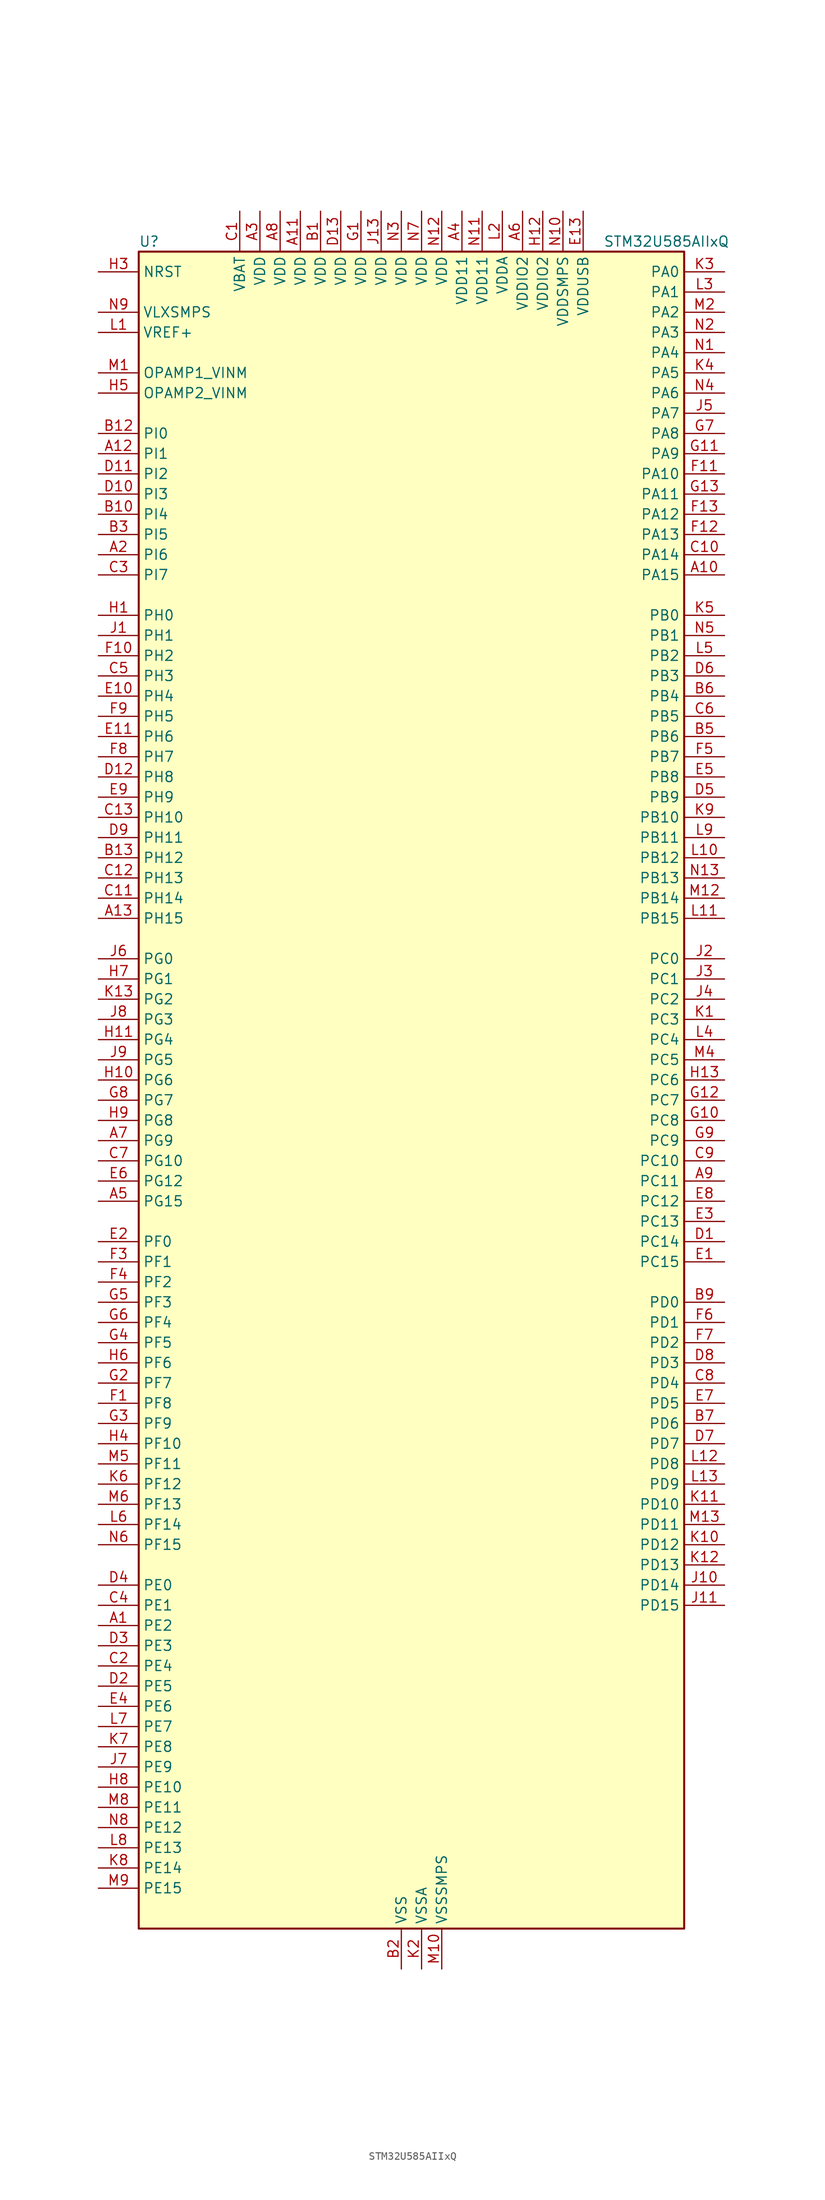
<source format=kicad_sym>
(kicad_symbol_lib
  (version 20220914)
  (generator kicad_symbol_editor)
  (symbol "STM32U585AIIxQ"
    (property "Reference" "U"
      (at -33.02 107.95 0)
      (effects (font (size 1.27 1.27)) (justify left)))
    (property "Value" "STM32U585AIIxQ"
      (at 25.4 107.95 0)
      (effects (font (size 1.27 1.27)) (justify left)))
    (property "ki_locked" ""
      (at 0 0 0)
      (effects (font (size 1.27 1.27))))
    (symbol "STM32U585AIIxQ_0_1"
      (rectangle (start -33.02 -104.14) (end 35.56 106.68) (stroke (width 0.254) (type default)) (fill (type background))))
    (symbol "STM32U585AIIxQ_1_1"
      (pin bidirectional line (at -38.1 -66.04 0) (length 5.08) (name "PE2" (effects (font (size 1.27 1.27)))) (number "A1" (effects (font (size 1.27 1.27)))) (alternate "DEBUG_TRACECLK" bidirectional line) (alternate "FMC_A23" bidirectional line) (alternate "SAI1_CK1" bidirectional line) (alternate "SAI1_MCLK_A" bidirectional line) (alternate "TIM3_ETR" bidirectional line) (alternate "TSC_G7_IO1" bidirectional line))
      (pin bidirectional line (at 40.64 66.04 180) (length 5.08) (name "PA15" (effects (font (size 1.27 1.27)))) (number "A10" (effects (font (size 1.27 1.27)))) (alternate "ADC1_EXTI15" bidirectional line) (alternate "ADC4_EXTI15" bidirectional line) (alternate "DEBUG_JTDI" bidirectional line) (alternate "SAI2_FS_B" bidirectional line) (alternate "SPI1_NSS" bidirectional line) (alternate "SPI3_NSS" bidirectional line) (alternate "TIM2_CH1" bidirectional line) (alternate "TIM2_ETR" bidirectional line) (alternate "UART4_DE" bidirectional line) (alternate "UART4_RTS" bidirectional line) (alternate "UCPD1_CC1" bidirectional line) (alternate "USART2_RX" bidirectional line) (alternate "USART3_DE" bidirectional line) (alternate "USART3_RTS" bidirectional line))
      (pin power_in line (at -12.7 111.76 270) (length 5.08) (name "VDD" (effects (font (size 1.27 1.27)))) (number "A11" (effects (font (size 1.27 1.27)))))
      (pin bidirectional line (at -38.1 81.28 0) (length 5.08) (name "PI1" (effects (font (size 1.27 1.27)))) (number "A12" (effects (font (size 1.27 1.27)))) (alternate "DCMI_D8" bidirectional line) (alternate "OCTOSPIM_P2_IO2" bidirectional line) (alternate "PSSI_D8" bidirectional line) (alternate "SPI2_SCK" bidirectional line))
      (pin bidirectional line (at -38.1 22.86 0) (length 5.08) (name "PH15" (effects (font (size 1.27 1.27)))) (number "A13" (effects (font (size 1.27 1.27)))) (alternate "ADC1_EXTI15" bidirectional line) (alternate "ADC4_EXTI15" bidirectional line) (alternate "DCMI_D11" bidirectional line) (alternate "OCTOSPIM_P2_IO6" bidirectional line) (alternate "PSSI_D11" bidirectional line) (alternate "TIM8_CH3N" bidirectional line))
      (pin bidirectional line (at -38.1 68.58 0) (length 5.08) (name "PI6" (effects (font (size 1.27 1.27)))) (number "A2" (effects (font (size 1.27 1.27)))) (alternate "DCMI_D6" bidirectional line) (alternate "OCTOSPIM_P2_CLK" bidirectional line) (alternate "PSSI_D6" bidirectional line) (alternate "TIM8_CH2" bidirectional line))
      (pin power_in line (at -17.78 111.76 270) (length 5.08) (name "VDD" (effects (font (size 1.27 1.27)))) (number "A3" (effects (font (size 1.27 1.27)))))
      (pin power_in line (at 7.62 111.76 270) (length 5.08) (name "VDD11" (effects (font (size 1.27 1.27)))) (number "A4" (effects (font (size 1.27 1.27)))))
      (pin bidirectional line (at -38.1 -12.7 0) (length 5.08) (name "PG15" (effects (font (size 1.27 1.27)))) (number "A5" (effects (font (size 1.27 1.27)))) (alternate "ADC1_EXTI15" bidirectional line) (alternate "ADC4_EXTI15" bidirectional line) (alternate "DCMI_D13" bidirectional line) (alternate "I2C1_SMBA" bidirectional line) (alternate "LPTIM1_CH1" bidirectional line) (alternate "OCTOSPIM_P2_DQS" bidirectional line) (alternate "PSSI_D13" bidirectional line))
      (pin power_in line (at 15.24 111.76 270) (length 5.08) (name "VDDIO2" (effects (font (size 1.27 1.27)))) (number "A6" (effects (font (size 1.27 1.27)))))
      (pin bidirectional line (at -38.1 -5.08 0) (length 5.08) (name "PG9" (effects (font (size 1.27 1.27)))) (number "A7" (effects (font (size 1.27 1.27)))) (alternate "DAC1_EXTI9" bidirectional line) (alternate "FMC_NCE" bidirectional line) (alternate "FMC_NE2" bidirectional line) (alternate "OCTOSPIM_P2_IO6" bidirectional line) (alternate "SAI2_SCK_A" bidirectional line) (alternate "SPI3_SCK" bidirectional line) (alternate "TIM15_CH1N" bidirectional line) (alternate "USART1_TX" bidirectional line))
      (pin power_in line (at -15.24 111.76 270) (length 5.08) (name "VDD" (effects (font (size 1.27 1.27)))) (number "A8" (effects (font (size 1.27 1.27)))))
      (pin bidirectional line (at 40.64 -10.16 180) (length 5.08) (name "PC11" (effects (font (size 1.27 1.27)))) (number "A9" (effects (font (size 1.27 1.27)))) (alternate "ADC1_EXTI11" bidirectional line) (alternate "ADF1_SDI0" bidirectional line) (alternate "DCMI_D2" bidirectional line) (alternate "DCMI_D4" bidirectional line) (alternate "LPTIM3_IN1" bidirectional line) (alternate "OCTOSPIM_P1_NCS" bidirectional line) (alternate "PSSI_D2" bidirectional line) (alternate "PSSI_D4" bidirectional line) (alternate "SAI2_MCLK_B" bidirectional line) (alternate "SDMMC1_D3" bidirectional line) (alternate "SPI3_MISO" bidirectional line) (alternate "TSC_G3_IO3" bidirectional line) (alternate "UART4_RX" bidirectional line) (alternate "UCPD1_FRSTX2" bidirectional line) (alternate "USART3_RX" bidirectional line))
      (pin power_in line (at -10.16 111.76 270) (length 5.08) (name "VDD" (effects (font (size 1.27 1.27)))) (number "B1" (effects (font (size 1.27 1.27)))))
      (pin bidirectional line (at -38.1 73.66 0) (length 5.08) (name "PI4" (effects (font (size 1.27 1.27)))) (number "B10" (effects (font (size 1.27 1.27)))) (alternate "DCMI_D5" bidirectional line) (alternate "PSSI_D5" bidirectional line) (alternate "SPI2_RDY" bidirectional line) (alternate "TIM8_BKIN" bidirectional line))
      (pin passive line (at 0 -109.22 90) (length 5.08) hide (name "VSS" (effects (font (size 1.27 1.27)))) (number "B11" (effects (font (size 1.27 1.27)))))
      (pin bidirectional line (at -38.1 83.82 0) (length 5.08) (name "PI0" (effects (font (size 1.27 1.27)))) (number "B12" (effects (font (size 1.27 1.27)))) (alternate "DCMI_D13" bidirectional line) (alternate "OCTOSPIM_P1_IO5" bidirectional line) (alternate "PSSI_D13" bidirectional line) (alternate "SPI2_NSS" bidirectional line) (alternate "TIM5_CH4" bidirectional line))
      (pin bidirectional line (at -38.1 30.48 0) (length 5.08) (name "PH12" (effects (font (size 1.27 1.27)))) (number "B13" (effects (font (size 1.27 1.27)))) (alternate "DCMI_D3" bidirectional line) (alternate "OCTOSPIM_P2_IO7" bidirectional line) (alternate "PSSI_D3" bidirectional line) (alternate "TIM5_CH3" bidirectional line) (alternate "TIM8_CH4N" bidirectional line))
      (pin power_in line (at 0 -109.22 90) (length 5.08) (name "VSS" (effects (font (size 1.27 1.27)))) (number "B2" (effects (font (size 1.27 1.27)))))
      (pin bidirectional line (at -38.1 71.12 0) (length 5.08) (name "PI5" (effects (font (size 1.27 1.27)))) (number "B3" (effects (font (size 1.27 1.27)))) (alternate "DCMI_VSYNC" bidirectional line) (alternate "OCTOSPIM_P2_NCS" bidirectional line) (alternate "PSSI_RDY" bidirectional line) (alternate "TIM8_CH1" bidirectional line))
      (pin passive line (at 0 -109.22 90) (length 5.08) hide (name "VSS" (effects (font (size 1.27 1.27)))) (number "B4" (effects (font (size 1.27 1.27)))))
      (pin bidirectional line (at 40.64 45.72 180) (length 5.08) (name "PB6" (effects (font (size 1.27 1.27)))) (number "B5" (effects (font (size 1.27 1.27)))) (alternate "COMP2_INP" bidirectional line) (alternate "DCMI_D5" bidirectional line) (alternate "I2C1_SCL" bidirectional line) (alternate "I2C4_SCL" bidirectional line) (alternate "LPTIM1_ETR" bidirectional line) (alternate "MDF1_SDI5" bidirectional line) (alternate "PSSI_D5" bidirectional line) (alternate "PWR_WKUP3" bidirectional line) (alternate "SAI1_FS_B" bidirectional line) (alternate "TIM16_CH1N" bidirectional line) (alternate "TIM4_CH1" bidirectional line) (alternate "TIM8_BKIN2" bidirectional line) (alternate "TSC_G2_IO3" bidirectional line) (alternate "USART1_TX" bidirectional line))
      (pin bidirectional line (at 40.64 50.8 180) (length 5.08) (name "PB4" (effects (font (size 1.27 1.27)))) (number "B6" (effects (font (size 1.27 1.27)))) (alternate "ADF1_SDI0" bidirectional line) (alternate "COMP2_INP" bidirectional line) (alternate "DCMI_D12" bidirectional line) (alternate "DEBUG_JTRST" bidirectional line) (alternate "I2C3_SDA" bidirectional line) (alternate "LPTIM1_CH2" bidirectional line) (alternate "PSSI_D12" bidirectional line) (alternate "SAI1_MCLK_B" bidirectional line) (alternate "SDMMC2_D3" bidirectional line) (alternate "SPI1_MISO" bidirectional line) (alternate "SPI3_MISO" bidirectional line) (alternate "TIM17_BKIN" bidirectional line) (alternate "TIM3_CH1" bidirectional line) (alternate "TSC_G2_IO1" bidirectional line) (alternate "UART5_DE" bidirectional line) (alternate "UART5_RTS" bidirectional line) (alternate "USART1_CTS" bidirectional line))
      (pin bidirectional line (at 40.64 -40.64 180) (length 5.08) (name "PD6" (effects (font (size 1.27 1.27)))) (number "B7" (effects (font (size 1.27 1.27)))) (alternate "DCMI_D10" bidirectional line) (alternate "FMC_NWAIT" bidirectional line) (alternate "MDF1_SDI1" bidirectional line) (alternate "OCTOSPIM_P1_IO6" bidirectional line) (alternate "PSSI_D10" bidirectional line) (alternate "SAI1_D1" bidirectional line) (alternate "SAI1_SD_A" bidirectional line) (alternate "SDMMC2_CK" bidirectional line) (alternate "SPI3_MOSI" bidirectional line) (alternate "USART2_RX" bidirectional line))
      (pin passive line (at 0 -109.22 90) (length 5.08) hide (name "VSS" (effects (font (size 1.27 1.27)))) (number "B8" (effects (font (size 1.27 1.27)))))
      (pin bidirectional line (at 40.64 -25.4 180) (length 5.08) (name "PD0" (effects (font (size 1.27 1.27)))) (number "B9" (effects (font (size 1.27 1.27)))) (alternate "FDCAN1_RX" bidirectional line) (alternate "FMC_D2" bidirectional line) (alternate "FMC_DA2" bidirectional line) (alternate "SPI2_NSS" bidirectional line) (alternate "TIM8_CH4N" bidirectional line))
      (pin power_in line (at -20.32 111.76 270) (length 5.08) (name "VBAT" (effects (font (size 1.27 1.27)))) (number "C1" (effects (font (size 1.27 1.27)))))
      (pin bidirectional line (at 40.64 68.58 180) (length 5.08) (name "PA14" (effects (font (size 1.27 1.27)))) (number "C10" (effects (font (size 1.27 1.27)))) (alternate "DEBUG_JTCK-SWCLK" bidirectional line) (alternate "I2C1_SMBA" bidirectional line) (alternate "I2C4_SMBA" bidirectional line) (alternate "LPTIM1_CH1" bidirectional line) (alternate "SAI1_FS_B" bidirectional line) (alternate "USB_OTG_FS_SOF" bidirectional line))
      (pin bidirectional line (at -38.1 25.4 0) (length 5.08) (name "PH14" (effects (font (size 1.27 1.27)))) (number "C11" (effects (font (size 1.27 1.27)))) (alternate "DCMI_D4" bidirectional line) (alternate "FDCAN1_RX" bidirectional line) (alternate "PSSI_D4" bidirectional line) (alternate "TIM8_CH2N" bidirectional line))
      (pin bidirectional line (at -38.1 27.94 0) (length 5.08) (name "PH13" (effects (font (size 1.27 1.27)))) (number "C12" (effects (font (size 1.27 1.27)))) (alternate "FDCAN1_TX" bidirectional line) (alternate "TIM8_CH1N" bidirectional line))
      (pin bidirectional line (at -38.1 35.56 0) (length 5.08) (name "PH10" (effects (font (size 1.27 1.27)))) (number "C13" (effects (font (size 1.27 1.27)))) (alternate "DCMI_D1" bidirectional line) (alternate "OCTOSPIM_P2_IO5" bidirectional line) (alternate "PSSI_D1" bidirectional line) (alternate "TIM5_CH1" bidirectional line))
      (pin bidirectional line (at -38.1 -71.12 0) (length 5.08) (name "PE4" (effects (font (size 1.27 1.27)))) (number "C2" (effects (font (size 1.27 1.27)))) (alternate "DCMI_D4" bidirectional line) (alternate "DEBUG_TRACED1" bidirectional line) (alternate "FMC_A20" bidirectional line) (alternate "MDF1_SDI3" bidirectional line) (alternate "PSSI_D4" bidirectional line) (alternate "PWR_WKUP1" bidirectional line) (alternate "SAI1_D2" bidirectional line) (alternate "SAI1_FS_A" bidirectional line) (alternate "TAMP_IN7" bidirectional line) (alternate "TAMP_OUT8" bidirectional line) (alternate "TIM3_CH2" bidirectional line) (alternate "TSC_G7_IO3" bidirectional line))
      (pin bidirectional line (at -38.1 66.04 0) (length 5.08) (name "PI7" (effects (font (size 1.27 1.27)))) (number "C3" (effects (font (size 1.27 1.27)))) (alternate "DCMI_D7" bidirectional line) (alternate "OCTOSPIM_P2_NCLK" bidirectional line) (alternate "PSSI_D7" bidirectional line) (alternate "TIM8_CH3" bidirectional line))
      (pin bidirectional line (at -38.1 -63.5 0) (length 5.08) (name "PE1" (effects (font (size 1.27 1.27)))) (number "C4" (effects (font (size 1.27 1.27)))) (alternate "DCMI_D3" bidirectional line) (alternate "FMC_NBL1" bidirectional line) (alternate "PSSI_D3" bidirectional line) (alternate "TIM17_CH1" bidirectional line))
      (pin bidirectional line (at -38.1 53.34 0) (length 5.08) (name "PH3" (effects (font (size 1.27 1.27)))) (number "C5" (effects (font (size 1.27 1.27)))))
      (pin bidirectional line (at 40.64 48.26 180) (length 5.08) (name "PB5" (effects (font (size 1.27 1.27)))) (number "C6" (effects (font (size 1.27 1.27)))) (alternate "COMP2_OUT" bidirectional line) (alternate "DCMI_D10" bidirectional line) (alternate "I2C1_SMBA" bidirectional line) (alternate "LPTIM1_IN1" bidirectional line) (alternate "OCTOSPIM_P1_NCLK" bidirectional line) (alternate "PSSI_D10" bidirectional line) (alternate "PWR_WKUP6" bidirectional line) (alternate "SAI1_SD_B" bidirectional line) (alternate "SPI1_MOSI" bidirectional line) (alternate "SPI3_MOSI" bidirectional line) (alternate "TIM16_BKIN" bidirectional line) (alternate "TIM3_CH2" bidirectional line) (alternate "TSC_G2_IO2" bidirectional line) (alternate "UART5_CTS" bidirectional line) (alternate "UCPD1_DBCC1" bidirectional line) (alternate "USART1_CK" bidirectional line))
      (pin bidirectional line (at -38.1 -7.62 0) (length 5.08) (name "PG10" (effects (font (size 1.27 1.27)))) (number "C7" (effects (font (size 1.27 1.27)))) (alternate "FMC_NE3" bidirectional line) (alternate "LPTIM1_IN1" bidirectional line) (alternate "OCTOSPIM_P2_IO7" bidirectional line) (alternate "SAI2_FS_A" bidirectional line) (alternate "SPI3_MISO" bidirectional line) (alternate "TIM15_CH1" bidirectional line) (alternate "USART1_RX" bidirectional line))
      (pin bidirectional line (at 40.64 -35.56 180) (length 5.08) (name "PD4" (effects (font (size 1.27 1.27)))) (number "C8" (effects (font (size 1.27 1.27)))) (alternate "FMC_NOE" bidirectional line) (alternate "MDF1_CKI0" bidirectional line) (alternate "OCTOSPIM_P1_IO4" bidirectional line) (alternate "SPI2_MOSI" bidirectional line) (alternate "USART2_DE" bidirectional line) (alternate "USART2_RTS" bidirectional line))
      (pin bidirectional line (at 40.64 -7.62 180) (length 5.08) (name "PC10" (effects (font (size 1.27 1.27)))) (number "C9" (effects (font (size 1.27 1.27)))) (alternate "ADF1_CCK1" bidirectional line) (alternate "DCMI_D8" bidirectional line) (alternate "DEBUG_TRACED1" bidirectional line) (alternate "LPTIM3_ETR" bidirectional line) (alternate "PSSI_D8" bidirectional line) (alternate "SAI2_SCK_B" bidirectional line) (alternate "SDMMC1_D2" bidirectional line) (alternate "SPI3_SCK" bidirectional line) (alternate "TSC_G3_IO2" bidirectional line) (alternate "UART4_TX" bidirectional line) (alternate "USART3_TX" bidirectional line))
      (pin bidirectional line (at 40.64 -17.78 180) (length 5.08) (name "PC14" (effects (font (size 1.27 1.27)))) (number "D1" (effects (font (size 1.27 1.27)))) (alternate "RCC_OSC32_IN" bidirectional line))
      (pin bidirectional line (at -38.1 76.2 0) (length 5.08) (name "PI3" (effects (font (size 1.27 1.27)))) (number "D10" (effects (font (size 1.27 1.27)))) (alternate "DCMI_D10" bidirectional line) (alternate "OCTOSPIM_P2_IO0" bidirectional line) (alternate "PSSI_D10" bidirectional line) (alternate "SPI2_MOSI" bidirectional line) (alternate "TIM8_ETR" bidirectional line))
      (pin bidirectional line (at -38.1 78.74 0) (length 5.08) (name "PI2" (effects (font (size 1.27 1.27)))) (number "D11" (effects (font (size 1.27 1.27)))) (alternate "DCMI_D9" bidirectional line) (alternate "OCTOSPIM_P2_IO1" bidirectional line) (alternate "PSSI_D9" bidirectional line) (alternate "SPI2_MISO" bidirectional line) (alternate "TIM8_CH4" bidirectional line))
      (pin bidirectional line (at -38.1 40.64 0) (length 5.08) (name "PH8" (effects (font (size 1.27 1.27)))) (number "D12" (effects (font (size 1.27 1.27)))) (alternate "DCMI_HSYNC" bidirectional line) (alternate "I2C3_SDA" bidirectional line) (alternate "OCTOSPIM_P2_IO3" bidirectional line) (alternate "PSSI_DE" bidirectional line))
      (pin power_in line (at -7.62 111.76 270) (length 5.08) (name "VDD" (effects (font (size 1.27 1.27)))) (number "D13" (effects (font (size 1.27 1.27)))))
      (pin bidirectional line (at -38.1 -73.66 0) (length 5.08) (name "PE5" (effects (font (size 1.27 1.27)))) (number "D2" (effects (font (size 1.27 1.27)))) (alternate "DCMI_D6" bidirectional line) (alternate "DEBUG_TRACED2" bidirectional line) (alternate "FMC_A21" bidirectional line) (alternate "MDF1_CKI3" bidirectional line) (alternate "PSSI_D6" bidirectional line) (alternate "PWR_WKUP2" bidirectional line) (alternate "SAI1_CK2" bidirectional line) (alternate "SAI1_SCK_A" bidirectional line) (alternate "TAMP_IN8" bidirectional line) (alternate "TAMP_OUT7" bidirectional line) (alternate "TIM3_CH3" bidirectional line) (alternate "TSC_G7_IO4" bidirectional line))
      (pin bidirectional line (at -38.1 -68.58 0) (length 5.08) (name "PE3" (effects (font (size 1.27 1.27)))) (number "D3" (effects (font (size 1.27 1.27)))) (alternate "DEBUG_TRACED0" bidirectional line) (alternate "FMC_A19" bidirectional line) (alternate "OCTOSPIM_P1_DQS" bidirectional line) (alternate "SAI1_SD_B" bidirectional line) (alternate "TAMP_IN6" bidirectional line) (alternate "TAMP_OUT3" bidirectional line) (alternate "TIM3_CH1" bidirectional line) (alternate "TSC_G7_IO2" bidirectional line))
      (pin bidirectional line (at -38.1 -60.96 0) (length 5.08) (name "PE0" (effects (font (size 1.27 1.27)))) (number "D4" (effects (font (size 1.27 1.27)))) (alternate "DCMI_D2" bidirectional line) (alternate "FMC_NBL0" bidirectional line) (alternate "PSSI_D2" bidirectional line) (alternate "TIM16_CH1" bidirectional line) (alternate "TIM4_ETR" bidirectional line))
      (pin bidirectional line (at 40.64 38.1 180) (length 5.08) (name "PB9" (effects (font (size 1.27 1.27)))) (number "D5" (effects (font (size 1.27 1.27)))) (alternate "DAC1_EXTI9" bidirectional line) (alternate "DCMI_D7" bidirectional line) (alternate "FDCAN1_TX" bidirectional line) (alternate "I2C1_SDA" bidirectional line) (alternate "IR_OUT" bidirectional line) (alternate "PSSI_D7" bidirectional line) (alternate "SAI1_D2" bidirectional line) (alternate "SAI1_FS_A" bidirectional line) (alternate "SDMMC1_CDIR" bidirectional line) (alternate "SDMMC1_D5" bidirectional line) (alternate "SDMMC2_D5" bidirectional line) (alternate "SPI2_NSS" bidirectional line) (alternate "TIM17_CH1" bidirectional line) (alternate "TIM4_CH4" bidirectional line))
      (pin bidirectional line (at 40.64 53.34 180) (length 5.08) (name "PB3" (effects (font (size 1.27 1.27)))) (number "D6" (effects (font (size 1.27 1.27)))) (alternate "ADF1_CCK0" bidirectional line) (alternate "COMP2_INM" bidirectional line) (alternate "CRS_SYNC" bidirectional line) (alternate "DEBUG_JTDO-SWO" bidirectional line) (alternate "I2C1_SDA" bidirectional line) (alternate "LPTIM1_CH1" bidirectional line) (alternate "SAI1_SCK_B" bidirectional line) (alternate "SDMMC2_D2" bidirectional line) (alternate "SPI1_SCK" bidirectional line) (alternate "SPI3_SCK" bidirectional line) (alternate "TIM2_CH2" bidirectional line) (alternate "USART1_DE" bidirectional line) (alternate "USART1_RTS" bidirectional line))
      (pin bidirectional line (at 40.64 -43.18 180) (length 5.08) (name "PD7" (effects (font (size 1.27 1.27)))) (number "D7" (effects (font (size 1.27 1.27)))) (alternate "FMC_NCE" bidirectional line) (alternate "FMC_NE1" bidirectional line) (alternate "LPTIM4_OUT" bidirectional line) (alternate "MDF1_CKI1" bidirectional line) (alternate "OCTOSPIM_P1_IO7" bidirectional line) (alternate "SDMMC2_CMD" bidirectional line) (alternate "USART2_CK" bidirectional line))
      (pin bidirectional line (at 40.64 -33.02 180) (length 5.08) (name "PD3" (effects (font (size 1.27 1.27)))) (number "D8" (effects (font (size 1.27 1.27)))) (alternate "DCMI_D5" bidirectional line) (alternate "FMC_CLK" bidirectional line) (alternate "MDF1_SDI0" bidirectional line) (alternate "OCTOSPIM_P2_NCS" bidirectional line) (alternate "PSSI_D5" bidirectional line) (alternate "SPI2_MISO" bidirectional line) (alternate "SPI2_SCK" bidirectional line) (alternate "USART2_CTS" bidirectional line))
      (pin bidirectional line (at -38.1 33.02 0) (length 5.08) (name "PH11" (effects (font (size 1.27 1.27)))) (number "D9" (effects (font (size 1.27 1.27)))) (alternate "ADC1_EXTI11" bidirectional line) (alternate "DCMI_D2" bidirectional line) (alternate "OCTOSPIM_P2_IO6" bidirectional line) (alternate "PSSI_D2" bidirectional line) (alternate "TIM5_CH2" bidirectional line))
      (pin bidirectional line (at 40.64 -20.32 180) (length 5.08) (name "PC15" (effects (font (size 1.27 1.27)))) (number "E1" (effects (font (size 1.27 1.27)))) (alternate "ADC1_EXTI15" bidirectional line) (alternate "ADC4_EXTI15" bidirectional line) (alternate "RCC_OSC32_OUT" bidirectional line))
      (pin bidirectional line (at -38.1 50.8 0) (length 5.08) (name "PH4" (effects (font (size 1.27 1.27)))) (number "E10" (effects (font (size 1.27 1.27)))) (alternate "I2C2_SCL" bidirectional line) (alternate "OCTOSPIM_P2_DQS" bidirectional line) (alternate "PSSI_D14" bidirectional line))
      (pin bidirectional line (at -38.1 45.72 0) (length 5.08) (name "PH6" (effects (font (size 1.27 1.27)))) (number "E11" (effects (font (size 1.27 1.27)))) (alternate "DCMI_D8" bidirectional line) (alternate "I2C2_SMBA" bidirectional line) (alternate "OCTOSPIM_P2_CLK" bidirectional line) (alternate "PSSI_D8" bidirectional line))
      (pin passive line (at 0 -109.22 90) (length 5.08) hide (name "VSS" (effects (font (size 1.27 1.27)))) (number "E12" (effects (font (size 1.27 1.27)))))
      (pin power_in line (at 22.86 111.76 270) (length 5.08) (name "VDDUSB" (effects (font (size 1.27 1.27)))) (number "E13" (effects (font (size 1.27 1.27)))))
      (pin bidirectional line (at -38.1 -17.78 0) (length 5.08) (name "PF0" (effects (font (size 1.27 1.27)))) (number "E2" (effects (font (size 1.27 1.27)))) (alternate "FMC_A0" bidirectional line) (alternate "I2C2_SDA" bidirectional line) (alternate "OCTOSPIM_P2_IO0" bidirectional line))
      (pin bidirectional line (at 40.64 -15.24 180) (length 5.08) (name "PC13" (effects (font (size 1.27 1.27)))) (number "E3" (effects (font (size 1.27 1.27)))) (alternate "PWR_WKUP2" bidirectional line) (alternate "RTC_OUT1" bidirectional line) (alternate "RTC_TS" bidirectional line) (alternate "TAMP_IN1" bidirectional line) (alternate "TAMP_OUT2" bidirectional line))
      (pin bidirectional line (at -38.1 -76.2 0) (length 5.08) (name "PE6" (effects (font (size 1.27 1.27)))) (number "E4" (effects (font (size 1.27 1.27)))) (alternate "DCMI_D7" bidirectional line) (alternate "DEBUG_TRACED3" bidirectional line) (alternate "FMC_A22" bidirectional line) (alternate "PSSI_D7" bidirectional line) (alternate "PWR_WKUP3" bidirectional line) (alternate "SAI1_D1" bidirectional line) (alternate "SAI1_SD_A" bidirectional line) (alternate "TAMP_IN3" bidirectional line) (alternate "TAMP_OUT6" bidirectional line) (alternate "TIM3_CH4" bidirectional line))
      (pin bidirectional line (at 40.64 40.64 180) (length 5.08) (name "PB8" (effects (font (size 1.27 1.27)))) (number "E5" (effects (font (size 1.27 1.27)))) (alternate "DCMI_D6" bidirectional line) (alternate "FDCAN1_RX" bidirectional line) (alternate "I2C1_SCL" bidirectional line) (alternate "MDF1_CCK0" bidirectional line) (alternate "PSSI_D6" bidirectional line) (alternate "PWR_WKUP5" bidirectional line) (alternate "SAI1_CK1" bidirectional line) (alternate "SAI1_MCLK_A" bidirectional line) (alternate "SDMMC1_CKIN" bidirectional line) (alternate "SDMMC1_D4" bidirectional line) (alternate "SDMMC2_D4" bidirectional line) (alternate "SPI3_RDY" bidirectional line) (alternate "TIM16_CH1" bidirectional line) (alternate "TIM4_CH3" bidirectional line))
      (pin bidirectional line (at -38.1 -10.16 0) (length 5.08) (name "PG12" (effects (font (size 1.27 1.27)))) (number "E6" (effects (font (size 1.27 1.27)))) (alternate "FMC_NE4" bidirectional line) (alternate "LPTIM1_ETR" bidirectional line) (alternate "OCTOSPIM_P2_NCS" bidirectional line) (alternate "SAI2_SD_A" bidirectional line) (alternate "SPI3_NSS" bidirectional line) (alternate "USART1_DE" bidirectional line) (alternate "USART1_RTS" bidirectional line))
      (pin bidirectional line (at 40.64 -38.1 180) (length 5.08) (name "PD5" (effects (font (size 1.27 1.27)))) (number "E7" (effects (font (size 1.27 1.27)))) (alternate "FMC_NWE" bidirectional line) (alternate "OCTOSPIM_P1_IO5" bidirectional line) (alternate "SPI2_RDY" bidirectional line) (alternate "USART2_TX" bidirectional line))
      (pin bidirectional line (at 40.64 -12.7 180) (length 5.08) (name "PC12" (effects (font (size 1.27 1.27)))) (number "E8" (effects (font (size 1.27 1.27)))) (alternate "DCMI_D9" bidirectional line) (alternate "DEBUG_TRACED3" bidirectional line) (alternate "PSSI_D9" bidirectional line) (alternate "SAI2_SD_B" bidirectional line) (alternate "SDMMC1_CK" bidirectional line) (alternate "SPI3_MOSI" bidirectional line) (alternate "TSC_G3_IO4" bidirectional line) (alternate "UART5_TX" bidirectional line) (alternate "USART3_CK" bidirectional line))
      (pin bidirectional line (at -38.1 38.1 0) (length 5.08) (name "PH9" (effects (font (size 1.27 1.27)))) (number "E9" (effects (font (size 1.27 1.27)))) (alternate "DAC1_EXTI9" bidirectional line) (alternate "DCMI_D0" bidirectional line) (alternate "I2C3_SMBA" bidirectional line) (alternate "OCTOSPIM_P2_IO4" bidirectional line) (alternate "PSSI_D0" bidirectional line))
      (pin bidirectional line (at -38.1 -38.1 0) (length 5.08) (name "PF8" (effects (font (size 1.27 1.27)))) (number "F1" (effects (font (size 1.27 1.27)))) (alternate "FDCAN1_TX" bidirectional line) (alternate "OCTOSPIM_P1_IO0" bidirectional line) (alternate "PSSI_D14" bidirectional line) (alternate "SAI1_SCK_B" bidirectional line) (alternate "TIM5_CH3" bidirectional line))
      (pin bidirectional line (at -38.1 55.88 0) (length 5.08) (name "PH2" (effects (font (size 1.27 1.27)))) (number "F10" (effects (font (size 1.27 1.27)))) (alternate "OCTOSPIM_P1_IO4" bidirectional line))
      (pin bidirectional line (at 40.64 78.74 180) (length 5.08) (name "PA10" (effects (font (size 1.27 1.27)))) (number "F11" (effects (font (size 1.27 1.27)))) (alternate "CRS_SYNC" bidirectional line) (alternate "DCMI_D1" bidirectional line) (alternate "LPTIM2_IN2" bidirectional line) (alternate "PSSI_D1" bidirectional line) (alternate "SAI1_D1" bidirectional line) (alternate "SAI1_SD_A" bidirectional line) (alternate "TIM17_BKIN" bidirectional line) (alternate "TIM1_CH3" bidirectional line) (alternate "USART1_RX" bidirectional line) (alternate "USB_OTG_FS_ID" bidirectional line))
      (pin bidirectional line (at 40.64 71.12 180) (length 5.08) (name "PA13" (effects (font (size 1.27 1.27)))) (number "F12" (effects (font (size 1.27 1.27)))) (alternate "DEBUG_JTMS-SWDIO" bidirectional line) (alternate "IR_OUT" bidirectional line) (alternate "SAI1_SD_B" bidirectional line) (alternate "USB_OTG_FS_NOE" bidirectional line))
      (pin bidirectional line (at 40.64 73.66 180) (length 5.08) (name "PA12" (effects (font (size 1.27 1.27)))) (number "F13" (effects (font (size 1.27 1.27)))) (alternate "FDCAN1_TX" bidirectional line) (alternate "OCTOSPIM_P2_NCS" bidirectional line) (alternate "SPI1_MOSI" bidirectional line) (alternate "TIM1_ETR" bidirectional line) (alternate "USART1_DE" bidirectional line) (alternate "USART1_RTS" bidirectional line) (alternate "USB_OTG_FS_DP" bidirectional line))
      (pin passive line (at 0 -109.22 90) (length 5.08) hide (name "VSS" (effects (font (size 1.27 1.27)))) (number "F2" (effects (font (size 1.27 1.27)))))
      (pin bidirectional line (at -38.1 -20.32 0) (length 5.08) (name "PF1" (effects (font (size 1.27 1.27)))) (number "F3" (effects (font (size 1.27 1.27)))) (alternate "FMC_A1" bidirectional line) (alternate "I2C2_SCL" bidirectional line) (alternate "OCTOSPIM_P2_IO1" bidirectional line))
      (pin bidirectional line (at -38.1 -22.86 0) (length 5.08) (name "PF2" (effects (font (size 1.27 1.27)))) (number "F4" (effects (font (size 1.27 1.27)))) (alternate "FMC_A2" bidirectional line) (alternate "I2C2_SMBA" bidirectional line) (alternate "LPTIM3_CH2" bidirectional line) (alternate "OCTOSPIM_P2_IO2" bidirectional line) (alternate "PWR_WKUP8" bidirectional line))
      (pin bidirectional line (at 40.64 43.18 180) (length 5.08) (name "PB7" (effects (font (size 1.27 1.27)))) (number "F5" (effects (font (size 1.27 1.27)))) (alternate "COMP2_INM" bidirectional line) (alternate "DCMI_VSYNC" bidirectional line) (alternate "FMC_NL" bidirectional line) (alternate "I2C1_SDA" bidirectional line) (alternate "I2C4_SDA" bidirectional line) (alternate "LPTIM1_IN2" bidirectional line) (alternate "MDF1_CKI5" bidirectional line) (alternate "PSSI_RDY" bidirectional line) (alternate "PWR_PVD_IN" bidirectional line) (alternate "PWR_WKUP4" bidirectional line) (alternate "TIM17_CH1N" bidirectional line) (alternate "TIM4_CH2" bidirectional line) (alternate "TIM8_BKIN" bidirectional line) (alternate "TSC_G2_IO4" bidirectional line) (alternate "UART4_CTS" bidirectional line) (alternate "USART1_RX" bidirectional line))
      (pin bidirectional line (at 40.64 -27.94 180) (length 5.08) (name "PD1" (effects (font (size 1.27 1.27)))) (number "F6" (effects (font (size 1.27 1.27)))) (alternate "FDCAN1_TX" bidirectional line) (alternate "FMC_D3" bidirectional line) (alternate "FMC_DA3" bidirectional line) (alternate "SPI2_SCK" bidirectional line))
      (pin bidirectional line (at 40.64 -30.48 180) (length 5.08) (name "PD2" (effects (font (size 1.27 1.27)))) (number "F7" (effects (font (size 1.27 1.27)))) (alternate "DCMI_D11" bidirectional line) (alternate "DEBUG_TRACED2" bidirectional line) (alternate "LPTIM4_ETR" bidirectional line) (alternate "PSSI_D11" bidirectional line) (alternate "SDMMC1_CMD" bidirectional line) (alternate "TIM3_ETR" bidirectional line) (alternate "TSC_SYNC" bidirectional line) (alternate "UART5_RX" bidirectional line) (alternate "USART3_DE" bidirectional line) (alternate "USART3_RTS" bidirectional line))
      (pin bidirectional line (at -38.1 43.18 0) (length 5.08) (name "PH7" (effects (font (size 1.27 1.27)))) (number "F8" (effects (font (size 1.27 1.27)))) (alternate "DCMI_D9" bidirectional line) (alternate "I2C3_SCL" bidirectional line) (alternate "OCTOSPIM_P2_NCLK" bidirectional line) (alternate "PSSI_D9" bidirectional line))
      (pin bidirectional line (at -38.1 48.26 0) (length 5.08) (name "PH5" (effects (font (size 1.27 1.27)))) (number "F9" (effects (font (size 1.27 1.27)))) (alternate "DCMI_PIXCLK" bidirectional line) (alternate "I2C2_SDA" bidirectional line) (alternate "PSSI_PDCK" bidirectional line))
      (pin power_in line (at -5.08 111.76 270) (length 5.08) (name "VDD" (effects (font (size 1.27 1.27)))) (number "G1" (effects (font (size 1.27 1.27)))))
      (pin bidirectional line (at 40.64 -2.54 180) (length 5.08) (name "PC8" (effects (font (size 1.27 1.27)))) (number "G10" (effects (font (size 1.27 1.27)))) (alternate "DCMI_D2" bidirectional line) (alternate "LPTIM3_CH1" bidirectional line) (alternate "PSSI_D2" bidirectional line) (alternate "PWR_SRDSTOP" bidirectional line) (alternate "SDMMC1_D0" bidirectional line) (alternate "TIM3_CH3" bidirectional line) (alternate "TIM8_CH3" bidirectional line) (alternate "TSC_G4_IO3" bidirectional line))
      (pin bidirectional line (at 40.64 81.28 180) (length 5.08) (name "PA9" (effects (font (size 1.27 1.27)))) (number "G11" (effects (font (size 1.27 1.27)))) (alternate "DAC1_EXTI9" bidirectional line) (alternate "DCMI_D0" bidirectional line) (alternate "PSSI_D0" bidirectional line) (alternate "SAI1_FS_A" bidirectional line) (alternate "SPI2_SCK" bidirectional line) (alternate "TIM15_BKIN" bidirectional line) (alternate "TIM1_CH2" bidirectional line) (alternate "USART1_TX" bidirectional line) (alternate "USB_OTG_FS_VBUS" bidirectional line))
      (pin bidirectional line (at 40.64 0 180) (length 5.08) (name "PC7" (effects (font (size 1.27 1.27)))) (number "G12" (effects (font (size 1.27 1.27)))) (alternate "DCMI_D1" bidirectional line) (alternate "LPTIM2_CH2" bidirectional line) (alternate "MDF1_SDI3" bidirectional line) (alternate "PSSI_D1" bidirectional line) (alternate "PWR_CDSTOP" bidirectional line) (alternate "SAI2_MCLK_B" bidirectional line) (alternate "SDMMC1_D123DIR" bidirectional line) (alternate "SDMMC1_D7" bidirectional line) (alternate "SDMMC2_D7" bidirectional line) (alternate "TIM3_CH2" bidirectional line) (alternate "TIM8_CH2" bidirectional line) (alternate "TSC_G4_IO2" bidirectional line))
      (pin bidirectional line (at 40.64 76.2 180) (length 5.08) (name "PA11" (effects (font (size 1.27 1.27)))) (number "G13" (effects (font (size 1.27 1.27)))) (alternate "ADC1_EXTI11" bidirectional line) (alternate "FDCAN1_RX" bidirectional line) (alternate "SPI1_MISO" bidirectional line) (alternate "TIM1_BKIN2" bidirectional line) (alternate "TIM1_CH4" bidirectional line) (alternate "USART1_CTS" bidirectional line) (alternate "USB_OTG_FS_DM" bidirectional line))
      (pin bidirectional line (at -38.1 -35.56 0) (length 5.08) (name "PF7" (effects (font (size 1.27 1.27)))) (number "G2" (effects (font (size 1.27 1.27)))) (alternate "FDCAN1_RX" bidirectional line) (alternate "OCTOSPIM_P1_IO2" bidirectional line) (alternate "SAI1_MCLK_B" bidirectional line) (alternate "TIM5_CH2" bidirectional line))
      (pin bidirectional line (at -38.1 -40.64 0) (length 5.08) (name "PF9" (effects (font (size 1.27 1.27)))) (number "G3" (effects (font (size 1.27 1.27)))) (alternate "DAC1_EXTI9" bidirectional line) (alternate "OCTOSPIM_P1_IO1" bidirectional line) (alternate "PSSI_D15" bidirectional line) (alternate "SAI1_FS_B" bidirectional line) (alternate "TIM15_CH1" bidirectional line) (alternate "TIM5_CH4" bidirectional line))
      (pin bidirectional line (at -38.1 -30.48 0) (length 5.08) (name "PF5" (effects (font (size 1.27 1.27)))) (number "G4" (effects (font (size 1.27 1.27)))) (alternate "FMC_A5" bidirectional line) (alternate "LPTIM3_CH1" bidirectional line) (alternate "OCTOSPIM_P2_NCLK" bidirectional line))
      (pin bidirectional line (at -38.1 -25.4 0) (length 5.08) (name "PF3" (effects (font (size 1.27 1.27)))) (number "G5" (effects (font (size 1.27 1.27)))) (alternate "FMC_A3" bidirectional line) (alternate "LPTIM3_IN1" bidirectional line) (alternate "OCTOSPIM_P2_IO3" bidirectional line))
      (pin bidirectional line (at -38.1 -27.94 0) (length 5.08) (name "PF4" (effects (font (size 1.27 1.27)))) (number "G6" (effects (font (size 1.27 1.27)))) (alternate "FMC_A4" bidirectional line) (alternate "LPTIM3_ETR" bidirectional line) (alternate "OCTOSPIM_P2_CLK" bidirectional line))
      (pin bidirectional line (at 40.64 83.82 180) (length 5.08) (name "PA8" (effects (font (size 1.27 1.27)))) (number "G7" (effects (font (size 1.27 1.27)))) (alternate "DEBUG_TRACECLK" bidirectional line) (alternate "LPTIM2_CH1" bidirectional line) (alternate "RCC_MCO" bidirectional line) (alternate "SAI1_CK2" bidirectional line) (alternate "SAI1_SCK_A" bidirectional line) (alternate "SPI1_RDY" bidirectional line) (alternate "TIM1_CH1" bidirectional line) (alternate "USART1_CK" bidirectional line) (alternate "USB_OTG_FS_SOF" bidirectional line))
      (pin bidirectional line (at -38.1 0 0) (length 5.08) (name "PG7" (effects (font (size 1.27 1.27)))) (number "G8" (effects (font (size 1.27 1.27)))) (alternate "FMC_INT" bidirectional line) (alternate "I2C3_SCL" bidirectional line) (alternate "LPUART1_TX" bidirectional line) (alternate "MDF1_CCK0" bidirectional line) (alternate "OCTOSPIM_P2_DQS" bidirectional line) (alternate "SAI1_CK1" bidirectional line) (alternate "SAI1_MCLK_A" bidirectional line) (alternate "UCPD1_FRSTX2" bidirectional line))
      (pin bidirectional line (at 40.64 -5.08 180) (length 5.08) (name "PC9" (effects (font (size 1.27 1.27)))) (number "G9" (effects (font (size 1.27 1.27)))) (alternate "DAC1_EXTI9" bidirectional line) (alternate "DCMI_D3" bidirectional line) (alternate "DEBUG_TRACED0" bidirectional line) (alternate "LPTIM3_CH2" bidirectional line) (alternate "PSSI_D3" bidirectional line) (alternate "SDMMC1_D1" bidirectional line) (alternate "TIM3_CH4" bidirectional line) (alternate "TIM8_BKIN2" bidirectional line) (alternate "TIM8_CH4" bidirectional line) (alternate "TSC_G4_IO4" bidirectional line) (alternate "USB_OTG_FS_NOE" bidirectional line))
      (pin bidirectional line (at -38.1 60.96 0) (length 5.08) (name "PH0" (effects (font (size 1.27 1.27)))) (number "H1" (effects (font (size 1.27 1.27)))) (alternate "RCC_OSC_IN" bidirectional line))
      (pin bidirectional line (at -38.1 2.54 0) (length 5.08) (name "PG6" (effects (font (size 1.27 1.27)))) (number "H10" (effects (font (size 1.27 1.27)))) (alternate "I2C3_SMBA" bidirectional line) (alternate "LPUART1_DE" bidirectional line) (alternate "LPUART1_RTS" bidirectional line) (alternate "OCTOSPIM_P1_DQS" bidirectional line) (alternate "SPI1_RDY" bidirectional line) (alternate "UCPD1_FRSTX1" bidirectional line))
      (pin bidirectional line (at -38.1 7.62 0) (length 5.08) (name "PG4" (effects (font (size 1.27 1.27)))) (number "H11" (effects (font (size 1.27 1.27)))) (alternate "FMC_A14" bidirectional line) (alternate "SAI2_MCLK_B" bidirectional line) (alternate "SPI1_MOSI" bidirectional line))
      (pin power_in line (at 17.78 111.76 270) (length 5.08) (name "VDDIO2" (effects (font (size 1.27 1.27)))) (number "H12" (effects (font (size 1.27 1.27)))))
      (pin bidirectional line (at 40.64 2.54 180) (length 5.08) (name "PC6" (effects (font (size 1.27 1.27)))) (number "H13" (effects (font (size 1.27 1.27)))) (alternate "DCMI_D0" bidirectional line) (alternate "MDF1_CKI3" bidirectional line) (alternate "PSSI_D0" bidirectional line) (alternate "PWR_CSLEEP" bidirectional line) (alternate "SAI2_MCLK_A" bidirectional line) (alternate "SDMMC1_D0DIR" bidirectional line) (alternate "SDMMC1_D6" bidirectional line) (alternate "SDMMC2_D6" bidirectional line) (alternate "TIM3_CH1" bidirectional line) (alternate "TIM8_CH1" bidirectional line) (alternate "TSC_G4_IO1" bidirectional line))
      (pin passive line (at 0 -109.22 90) (length 5.08) hide (name "VSS" (effects (font (size 1.27 1.27)))) (number "H2" (effects (font (size 1.27 1.27)))))
      (pin input line (at -38.1 104.14 0) (length 5.08) (name "NRST" (effects (font (size 1.27 1.27)))) (number "H3" (effects (font (size 1.27 1.27)))))
      (pin bidirectional line (at -38.1 -43.18 0) (length 5.08) (name "PF10" (effects (font (size 1.27 1.27)))) (number "H4" (effects (font (size 1.27 1.27)))) (alternate "DCMI_D11" bidirectional line) (alternate "MDF1_CCK1" bidirectional line) (alternate "OCTOSPIM_P1_CLK" bidirectional line) (alternate "PSSI_D11" bidirectional line) (alternate "PSSI_D15" bidirectional line) (alternate "SAI1_D3" bidirectional line) (alternate "TIM15_CH2" bidirectional line))
      (pin bidirectional line (at -38.1 88.9 0) (length 5.08) (name "OPAMP2_VINM" (effects (font (size 1.27 1.27)))) (number "H5" (effects (font (size 1.27 1.27)))) (alternate "OPAMP2_VINM" bidirectional line))
      (pin bidirectional line (at -38.1 -33.02 0) (length 5.08) (name "PF6" (effects (font (size 1.27 1.27)))) (number "H6" (effects (font (size 1.27 1.27)))) (alternate "DCMI_D12" bidirectional line) (alternate "OCTOSPIM_P1_IO3" bidirectional line) (alternate "OCTOSPIM_P2_NCS" bidirectional line) (alternate "PSSI_D12" bidirectional line) (alternate "SAI1_SD_B" bidirectional line) (alternate "TIM5_CH1" bidirectional line) (alternate "TIM5_ETR" bidirectional line))
      (pin bidirectional line (at -38.1 15.24 0) (length 5.08) (name "PG1" (effects (font (size 1.27 1.27)))) (number "H7" (effects (font (size 1.27 1.27)))) (alternate "ADC4_IN8" bidirectional line) (alternate "FMC_A11" bidirectional line) (alternate "OCTOSPIM_P2_IO5" bidirectional line) (alternate "TSC_G8_IO4" bidirectional line))
      (pin bidirectional line (at -38.1 -86.36 0) (length 5.08) (name "PE10" (effects (font (size 1.27 1.27)))) (number "H8" (effects (font (size 1.27 1.27)))) (alternate "ADF1_SDI0" bidirectional line) (alternate "FMC_D7" bidirectional line) (alternate "FMC_DA7" bidirectional line) (alternate "MDF1_SDI4" bidirectional line) (alternate "OCTOSPIM_P1_CLK" bidirectional line) (alternate "SAI1_MCLK_B" bidirectional line) (alternate "TIM1_CH2N" bidirectional line) (alternate "TSC_G5_IO1" bidirectional line))
      (pin bidirectional line (at -38.1 -2.54 0) (length 5.08) (name "PG8" (effects (font (size 1.27 1.27)))) (number "H9" (effects (font (size 1.27 1.27)))) (alternate "I2C3_SDA" bidirectional line) (alternate "LPUART1_RX" bidirectional line))
      (pin bidirectional line (at -38.1 58.42 0) (length 5.08) (name "PH1" (effects (font (size 1.27 1.27)))) (number "J1" (effects (font (size 1.27 1.27)))) (alternate "RCC_OSC_OUT" bidirectional line))
      (pin bidirectional line (at 40.64 -60.96 180) (length 5.08) (name "PD14" (effects (font (size 1.27 1.27)))) (number "J10" (effects (font (size 1.27 1.27)))) (alternate "FMC_D0" bidirectional line) (alternate "FMC_DA0" bidirectional line) (alternate "LPTIM3_CH1" bidirectional line) (alternate "TIM4_CH3" bidirectional line))
      (pin bidirectional line (at 40.64 -63.5 180) (length 5.08) (name "PD15" (effects (font (size 1.27 1.27)))) (number "J11" (effects (font (size 1.27 1.27)))) (alternate "ADC1_EXTI15" bidirectional line) (alternate "ADC4_EXTI15" bidirectional line) (alternate "FMC_D1" bidirectional line) (alternate "FMC_DA1" bidirectional line) (alternate "LPTIM3_CH2" bidirectional line) (alternate "TIM4_CH4" bidirectional line))
      (pin passive line (at 0 -109.22 90) (length 5.08) hide (name "VSS" (effects (font (size 1.27 1.27)))) (number "J12" (effects (font (size 1.27 1.27)))))
      (pin power_in line (at -2.54 111.76 270) (length 5.08) (name "VDD" (effects (font (size 1.27 1.27)))) (number "J13" (effects (font (size 1.27 1.27)))))
      (pin bidirectional line (at 40.64 17.78 180) (length 5.08) (name "PC0" (effects (font (size 1.27 1.27)))) (number "J2" (effects (font (size 1.27 1.27)))) (alternate "ADC1_IN1" bidirectional line) (alternate "ADC4_IN1" bidirectional line) (alternate "I2C3_SCL" bidirectional line) (alternate "LPTIM1_IN1" bidirectional line) (alternate "LPTIM2_IN1" bidirectional line) (alternate "LPUART1_RX" bidirectional line) (alternate "MDF1_SDI4" bidirectional line) (alternate "OCTOSPIM_P1_IO7" bidirectional line) (alternate "SAI2_FS_A" bidirectional line) (alternate "SDMMC1_D5" bidirectional line) (alternate "SPI2_RDY" bidirectional line))
      (pin bidirectional line (at 40.64 15.24 180) (length 5.08) (name "PC1" (effects (font (size 1.27 1.27)))) (number "J3" (effects (font (size 1.27 1.27)))) (alternate "ADC1_IN2" bidirectional line) (alternate "ADC4_IN2" bidirectional line) (alternate "DEBUG_TRACED0" bidirectional line) (alternate "I2C3_SDA" bidirectional line) (alternate "LPTIM1_CH1" bidirectional line) (alternate "LPUART1_TX" bidirectional line) (alternate "MDF1_CKI4" bidirectional line) (alternate "OCTOSPIM_P1_IO4" bidirectional line) (alternate "SAI1_SD_A" bidirectional line) (alternate "SDMMC2_CK" bidirectional line) (alternate "SPI2_MOSI" bidirectional line))
      (pin bidirectional line (at 40.64 12.7 180) (length 5.08) (name "PC2" (effects (font (size 1.27 1.27)))) (number "J4" (effects (font (size 1.27 1.27)))) (alternate "ADC1_IN3" bidirectional line) (alternate "ADC4_IN3" bidirectional line) (alternate "LPTIM1_IN2" bidirectional line) (alternate "MDF1_CCK1" bidirectional line) (alternate "OCTOSPIM_P1_IO5" bidirectional line) (alternate "SPI2_MISO" bidirectional line))
      (pin bidirectional line (at 40.64 86.36 180) (length 5.08) (name "PA7" (effects (font (size 1.27 1.27)))) (number "J5" (effects (font (size 1.27 1.27)))) (alternate "ADC1_IN12" bidirectional line) (alternate "ADC4_IN20" bidirectional line) (alternate "I2C3_SCL" bidirectional line) (alternate "LPTIM2_CH2" bidirectional line) (alternate "OCTOSPIM_P1_IO2" bidirectional line) (alternate "OPAMP2_VINM" bidirectional line) (alternate "PWR_SRDSTOP" bidirectional line) (alternate "PWR_WKUP8" bidirectional line) (alternate "SPI1_MOSI" bidirectional line) (alternate "TIM17_CH1" bidirectional line) (alternate "TIM1_CH1N" bidirectional line) (alternate "TIM3_CH2" bidirectional line) (alternate "TIM8_CH1N" bidirectional line) (alternate "USART3_TX" bidirectional line))
      (pin bidirectional line (at -38.1 17.78 0) (length 5.08) (name "PG0" (effects (font (size 1.27 1.27)))) (number "J6" (effects (font (size 1.27 1.27)))) (alternate "ADC4_IN7" bidirectional line) (alternate "FMC_A10" bidirectional line) (alternate "OCTOSPIM_P2_IO4" bidirectional line) (alternate "TSC_G8_IO3" bidirectional line))
      (pin bidirectional line (at -38.1 -83.82 0) (length 5.08) (name "PE9" (effects (font (size 1.27 1.27)))) (number "J7" (effects (font (size 1.27 1.27)))) (alternate "ADF1_CCK0" bidirectional line) (alternate "DAC1_EXTI9" bidirectional line) (alternate "FMC_D6" bidirectional line) (alternate "FMC_DA6" bidirectional line) (alternate "MDF1_CCK0" bidirectional line) (alternate "OCTOSPIM_P1_NCLK" bidirectional line) (alternate "SAI1_FS_B" bidirectional line) (alternate "TIM1_CH1" bidirectional line))
      (pin bidirectional line (at -38.1 10.16 0) (length 5.08) (name "PG3" (effects (font (size 1.27 1.27)))) (number "J8" (effects (font (size 1.27 1.27)))) (alternate "FMC_A13" bidirectional line) (alternate "SAI2_FS_B" bidirectional line) (alternate "SPI1_MISO" bidirectional line))
      (pin bidirectional line (at -38.1 5.08 0) (length 5.08) (name "PG5" (effects (font (size 1.27 1.27)))) (number "J9" (effects (font (size 1.27 1.27)))) (alternate "FMC_A15" bidirectional line) (alternate "LPUART1_CTS" bidirectional line) (alternate "SAI2_SD_B" bidirectional line) (alternate "SPI1_NSS" bidirectional line))
      (pin bidirectional line (at 40.64 10.16 180) (length 5.08) (name "PC3" (effects (font (size 1.27 1.27)))) (number "K1" (effects (font (size 1.27 1.27)))) (alternate "ADC1_IN4" bidirectional line) (alternate "ADC4_IN4" bidirectional line) (alternate "LPTIM1_ETR" bidirectional line) (alternate "LPTIM2_ETR" bidirectional line) (alternate "LPTIM3_CH1" bidirectional line) (alternate "OCTOSPIM_P1_IO6" bidirectional line) (alternate "SAI1_D1" bidirectional line) (alternate "SAI1_SD_A" bidirectional line) (alternate "SPI2_MOSI" bidirectional line))
      (pin bidirectional line (at 40.64 -55.88 180) (length 5.08) (name "PD12" (effects (font (size 1.27 1.27)))) (number "K10" (effects (font (size 1.27 1.27)))) (alternate "ADC4_IN16" bidirectional line) (alternate "FMC_A17" bidirectional line) (alternate "FMC_ALE" bidirectional line) (alternate "I2C4_SCL" bidirectional line) (alternate "LPTIM2_IN1" bidirectional line) (alternate "SAI2_FS_A" bidirectional line) (alternate "TIM4_CH1" bidirectional line) (alternate "TSC_G6_IO3" bidirectional line) (alternate "USART3_DE" bidirectional line) (alternate "USART3_RTS" bidirectional line))
      (pin bidirectional line (at 40.64 -50.8 180) (length 5.08) (name "PD10" (effects (font (size 1.27 1.27)))) (number "K11" (effects (font (size 1.27 1.27)))) (alternate "FMC_D15" bidirectional line) (alternate "FMC_DA15" bidirectional line) (alternate "LPTIM2_CH2" bidirectional line) (alternate "LPTIM3_ETR" bidirectional line) (alternate "SAI2_SCK_A" bidirectional line) (alternate "TSC_G6_IO1" bidirectional line) (alternate "USART3_CK" bidirectional line))
      (pin bidirectional line (at 40.64 -58.42 180) (length 5.08) (name "PD13" (effects (font (size 1.27 1.27)))) (number "K12" (effects (font (size 1.27 1.27)))) (alternate "ADC4_IN17" bidirectional line) (alternate "FMC_A18" bidirectional line) (alternate "I2C4_SDA" bidirectional line) (alternate "LPTIM2_CH1" bidirectional line) (alternate "LPTIM4_IN1" bidirectional line) (alternate "TIM4_CH2" bidirectional line) (alternate "TSC_G6_IO4" bidirectional line))
      (pin bidirectional line (at -38.1 12.7 0) (length 5.08) (name "PG2" (effects (font (size 1.27 1.27)))) (number "K13" (effects (font (size 1.27 1.27)))) (alternate "FMC_A12" bidirectional line) (alternate "SAI2_SCK_B" bidirectional line) (alternate "SPI1_SCK" bidirectional line))
      (pin power_in line (at 2.54 -109.22 90) (length 5.08) (name "VSSA" (effects (font (size 1.27 1.27)))) (number "K2" (effects (font (size 1.27 1.27)))))
      (pin bidirectional line (at 40.64 104.14 180) (length 5.08) (name "PA0" (effects (font (size 1.27 1.27)))) (number "K3" (effects (font (size 1.27 1.27)))) (alternate "ADC1_IN5" bidirectional line) (alternate "AUDIOCLK" bidirectional line) (alternate "OCTOSPIM_P2_NCS" bidirectional line) (alternate "OPAMP1_VINP" bidirectional line) (alternate "PWR_WKUP1" bidirectional line) (alternate "SDMMC2_CMD" bidirectional line) (alternate "SPI3_RDY" bidirectional line) (alternate "TAMP_IN2" bidirectional line) (alternate "TAMP_OUT1" bidirectional line) (alternate "TIM2_CH1" bidirectional line) (alternate "TIM2_ETR" bidirectional line) (alternate "TIM5_CH1" bidirectional line) (alternate "TIM8_ETR" bidirectional line) (alternate "UART4_TX" bidirectional line) (alternate "USART2_CTS" bidirectional line))
      (pin bidirectional line (at 40.64 91.44 180) (length 5.08) (name "PA5" (effects (font (size 1.27 1.27)))) (number "K4" (effects (font (size 1.27 1.27)))) (alternate "ADC1_IN10" bidirectional line) (alternate "ADC4_IN10" bidirectional line) (alternate "DAC1_OUT2" bidirectional line) (alternate "LPTIM2_ETR" bidirectional line) (alternate "PSSI_D14" bidirectional line) (alternate "PWR_CSLEEP" bidirectional line) (alternate "PWR_WKUP6" bidirectional line) (alternate "SPI1_SCK" bidirectional line) (alternate "TIM2_CH1" bidirectional line) (alternate "TIM2_ETR" bidirectional line) (alternate "TIM8_CH1N" bidirectional line) (alternate "USART3_RX" bidirectional line))
      (pin bidirectional line (at 40.64 60.96 180) (length 5.08) (name "PB0" (effects (font (size 1.27 1.27)))) (number "K5" (effects (font (size 1.27 1.27)))) (alternate "ADC1_IN15" bidirectional line) (alternate "ADC4_IN18" bidirectional line) (alternate "AUDIOCLK" bidirectional line) (alternate "COMP1_OUT" bidirectional line) (alternate "LPTIM3_CH1" bidirectional line) (alternate "OCTOSPIM_P1_IO1" bidirectional line) (alternate "OPAMP2_VOUT" bidirectional line) (alternate "SPI1_NSS" bidirectional line) (alternate "TIM1_CH2N" bidirectional line) (alternate "TIM3_CH3" bidirectional line) (alternate "TIM8_CH2N" bidirectional line) (alternate "USART3_CK" bidirectional line))
      (pin bidirectional line (at -38.1 -48.26 0) (length 5.08) (name "PF12" (effects (font (size 1.27 1.27)))) (number "K6" (effects (font (size 1.27 1.27)))) (alternate "FMC_A6" bidirectional line) (alternate "LPTIM4_ETR" bidirectional line) (alternate "OCTOSPIM_P2_DQS" bidirectional line))
      (pin bidirectional line (at -38.1 -81.28 0) (length 5.08) (name "PE8" (effects (font (size 1.27 1.27)))) (number "K7" (effects (font (size 1.27 1.27)))) (alternate "FMC_D5" bidirectional line) (alternate "FMC_DA5" bidirectional line) (alternate "MDF1_CKI2" bidirectional line) (alternate "PWR_WKUP7" bidirectional line) (alternate "SAI1_SCK_B" bidirectional line) (alternate "TIM1_CH1N" bidirectional line))
      (pin bidirectional line (at -38.1 -96.52 0) (length 5.08) (name "PE14" (effects (font (size 1.27 1.27)))) (number "K8" (effects (font (size 1.27 1.27)))) (alternate "FMC_D11" bidirectional line) (alternate "FMC_DA11" bidirectional line) (alternate "OCTOSPIM_P1_IO2" bidirectional line) (alternate "SPI1_MISO" bidirectional line) (alternate "TIM1_BKIN2" bidirectional line) (alternate "TIM1_CH4" bidirectional line))
      (pin bidirectional line (at 40.64 35.56 180) (length 5.08) (name "PB10" (effects (font (size 1.27 1.27)))) (number "K9" (effects (font (size 1.27 1.27)))) (alternate "COMP1_OUT" bidirectional line) (alternate "I2C2_SCL" bidirectional line) (alternate "I2C4_SCL" bidirectional line) (alternate "LPTIM3_CH1" bidirectional line) (alternate "LPUART1_RX" bidirectional line) (alternate "OCTOSPIM_P1_CLK" bidirectional line) (alternate "PWR_WKUP8" bidirectional line) (alternate "SAI1_SCK_A" bidirectional line) (alternate "SPI2_SCK" bidirectional line) (alternate "TIM2_CH3" bidirectional line) (alternate "TSC_SYNC" bidirectional line) (alternate "USART3_TX" bidirectional line))
      (pin input line (at -38.1 96.52 0) (length 5.08) (name "VREF+" (effects (font (size 1.27 1.27)))) (number "L1" (effects (font (size 1.27 1.27)))) (alternate "VREFBUF_OUT" bidirectional line))
      (pin bidirectional line (at 40.64 30.48 180) (length 5.08) (name "PB12" (effects (font (size 1.27 1.27)))) (number "L10" (effects (font (size 1.27 1.27)))) (alternate "I2C2_SMBA" bidirectional line) (alternate "LPUART1_DE" bidirectional line) (alternate "LPUART1_RTS" bidirectional line) (alternate "MDF1_SDI1" bidirectional line) (alternate "OCTOSPIM_P1_NCLK" bidirectional line) (alternate "SAI2_FS_A" bidirectional line) (alternate "SPI2_NSS" bidirectional line) (alternate "TIM15_BKIN" bidirectional line) (alternate "TIM1_BKIN" bidirectional line) (alternate "TSC_G1_IO1" bidirectional line) (alternate "USART3_CK" bidirectional line))
      (pin bidirectional line (at 40.64 22.86 180) (length 5.08) (name "PB15" (effects (font (size 1.27 1.27)))) (number "L11" (effects (font (size 1.27 1.27)))) (alternate "ADC1_EXTI15" bidirectional line) (alternate "ADC4_EXTI15" bidirectional line) (alternate "FMC_NBL1" bidirectional line) (alternate "LPTIM2_IN2" bidirectional line) (alternate "MDF1_CKI2" bidirectional line) (alternate "PWR_WKUP7" bidirectional line) (alternate "RTC_REFIN" bidirectional line) (alternate "SAI2_SD_A" bidirectional line) (alternate "SDMMC2_D1" bidirectional line) (alternate "SPI2_MOSI" bidirectional line) (alternate "TIM15_CH2" bidirectional line) (alternate "TIM1_CH3N" bidirectional line) (alternate "TIM8_CH3N" bidirectional line) (alternate "UCPD1_CC2" bidirectional line))
      (pin bidirectional line (at 40.64 -45.72 180) (length 5.08) (name "PD8" (effects (font (size 1.27 1.27)))) (number "L12" (effects (font (size 1.27 1.27)))) (alternate "DCMI_HSYNC" bidirectional line) (alternate "FMC_D13" bidirectional line) (alternate "FMC_DA13" bidirectional line) (alternate "PSSI_DE" bidirectional line) (alternate "USART3_TX" bidirectional line))
      (pin bidirectional line (at 40.64 -48.26 180) (length 5.08) (name "PD9" (effects (font (size 1.27 1.27)))) (number "L13" (effects (font (size 1.27 1.27)))) (alternate "DAC1_EXTI9" bidirectional line) (alternate "DCMI_PIXCLK" bidirectional line) (alternate "FMC_D14" bidirectional line) (alternate "FMC_DA14" bidirectional line) (alternate "LPTIM2_IN2" bidirectional line) (alternate "LPTIM3_IN1" bidirectional line) (alternate "PSSI_PDCK" bidirectional line) (alternate "SAI2_MCLK_A" bidirectional line) (alternate "USART3_RX" bidirectional line))
      (pin power_in line (at 12.7 111.76 270) (length 5.08) (name "VDDA" (effects (font (size 1.27 1.27)))) (number "L2" (effects (font (size 1.27 1.27)))))
      (pin bidirectional line (at 40.64 101.6 180) (length 5.08) (name "PA1" (effects (font (size 1.27 1.27)))) (number "L3" (effects (font (size 1.27 1.27)))) (alternate "ADC1_IN6" bidirectional line) (alternate "I2C1_SMBA" bidirectional line) (alternate "LPTIM1_CH2" bidirectional line) (alternate "OCTOSPIM_P1_DQS" bidirectional line) (alternate "OPAMP1_VINM" bidirectional line) (alternate "PWR_WKUP3" bidirectional line) (alternate "SPI1_SCK" bidirectional line) (alternate "TAMP_IN5" bidirectional line) (alternate "TAMP_OUT4" bidirectional line) (alternate "TIM15_CH1N" bidirectional line) (alternate "TIM2_CH2" bidirectional line) (alternate "TIM5_CH2" bidirectional line) (alternate "UART4_RX" bidirectional line) (alternate "USART2_DE" bidirectional line) (alternate "USART2_RTS" bidirectional line))
      (pin bidirectional line (at 40.64 7.62 180) (length 5.08) (name "PC4" (effects (font (size 1.27 1.27)))) (number "L4" (effects (font (size 1.27 1.27)))) (alternate "ADC1_IN13" bidirectional line) (alternate "ADC4_IN22" bidirectional line) (alternate "COMP1_INM" bidirectional line) (alternate "OCTOSPIM_P1_IO7" bidirectional line) (alternate "USART3_TX" bidirectional line))
      (pin bidirectional line (at 40.64 55.88 180) (length 5.08) (name "PB2" (effects (font (size 1.27 1.27)))) (number "L5" (effects (font (size 1.27 1.27)))) (alternate "ADC1_IN17" bidirectional line) (alternate "COMP1_INP" bidirectional line) (alternate "I2C3_SMBA" bidirectional line) (alternate "LPTIM1_CH1" bidirectional line) (alternate "MDF1_CKI0" bidirectional line) (alternate "OCTOSPIM_P1_DQS" bidirectional line) (alternate "PWR_WKUP1" bidirectional line) (alternate "RTC_OUT2" bidirectional line) (alternate "SPI1_RDY" bidirectional line) (alternate "TIM8_CH4N" bidirectional line) (alternate "UCPD1_FRSTX1" bidirectional line))
      (pin bidirectional line (at -38.1 -53.34 0) (length 5.08) (name "PF14" (effects (font (size 1.27 1.27)))) (number "L6" (effects (font (size 1.27 1.27)))) (alternate "ADC4_IN5" bidirectional line) (alternate "FMC_A8" bidirectional line) (alternate "I2C4_SCL" bidirectional line) (alternate "TSC_G8_IO1" bidirectional line))
      (pin bidirectional line (at -38.1 -78.74 0) (length 5.08) (name "PE7" (effects (font (size 1.27 1.27)))) (number "L7" (effects (font (size 1.27 1.27)))) (alternate "FMC_D4" bidirectional line) (alternate "FMC_DA4" bidirectional line) (alternate "MDF1_SDI2" bidirectional line) (alternate "PWR_WKUP6" bidirectional line) (alternate "SAI1_SD_B" bidirectional line) (alternate "TIM1_ETR" bidirectional line))
      (pin bidirectional line (at -38.1 -93.98 0) (length 5.08) (name "PE13" (effects (font (size 1.27 1.27)))) (number "L8" (effects (font (size 1.27 1.27)))) (alternate "FMC_D10" bidirectional line) (alternate "FMC_DA10" bidirectional line) (alternate "MDF1_CKI5" bidirectional line) (alternate "OCTOSPIM_P1_IO1" bidirectional line) (alternate "SPI1_SCK" bidirectional line) (alternate "TIM1_CH3" bidirectional line) (alternate "TSC_G5_IO4" bidirectional line))
      (pin bidirectional line (at 40.64 33.02 180) (length 5.08) (name "PB11" (effects (font (size 1.27 1.27)))) (number "L9" (effects (font (size 1.27 1.27)))) (alternate "ADC1_EXTI11" bidirectional line) (alternate "COMP2_OUT" bidirectional line) (alternate "I2C2_SDA" bidirectional line) (alternate "I2C4_SDA" bidirectional line) (alternate "LPUART1_TX" bidirectional line) (alternate "OCTOSPIM_P1_NCS" bidirectional line) (alternate "SPI2_RDY" bidirectional line) (alternate "TIM2_CH4" bidirectional line) (alternate "USART3_RX" bidirectional line))
      (pin bidirectional line (at -38.1 91.44 0) (length 5.08) (name "OPAMP1_VINM" (effects (font (size 1.27 1.27)))) (number "M1" (effects (font (size 1.27 1.27)))) (alternate "OPAMP1_VINM" bidirectional line))
      (pin power_in line (at 5.08 -109.22 90) (length 5.08) (name "VSSSMPS" (effects (font (size 1.27 1.27)))) (number "M10" (effects (font (size 1.27 1.27)))))
      (pin passive line (at 0 -109.22 90) (length 5.08) hide (name "VSS" (effects (font (size 1.27 1.27)))) (number "M11" (effects (font (size 1.27 1.27)))))
      (pin bidirectional line (at 40.64 25.4 180) (length 5.08) (name "PB14" (effects (font (size 1.27 1.27)))) (number "M12" (effects (font (size 1.27 1.27)))) (alternate "I2C2_SDA" bidirectional line) (alternate "LPTIM3_ETR" bidirectional line) (alternate "MDF1_SDI2" bidirectional line) (alternate "SAI2_MCLK_A" bidirectional line) (alternate "SDMMC2_D0" bidirectional line) (alternate "SPI2_MISO" bidirectional line) (alternate "TIM15_CH1" bidirectional line) (alternate "TIM1_CH2N" bidirectional line) (alternate "TIM8_CH2N" bidirectional line) (alternate "TSC_G1_IO3" bidirectional line) (alternate "UCPD1_DBCC2" bidirectional line) (alternate "USART3_DE" bidirectional line) (alternate "USART3_RTS" bidirectional line))
      (pin bidirectional line (at 40.64 -53.34 180) (length 5.08) (name "PD11" (effects (font (size 1.27 1.27)))) (number "M13" (effects (font (size 1.27 1.27)))) (alternate "ADC1_EXTI11" bidirectional line) (alternate "ADC4_IN15" bidirectional line) (alternate "FMC_A16" bidirectional line) (alternate "FMC_CLE" bidirectional line) (alternate "I2C4_SMBA" bidirectional line) (alternate "LPTIM2_ETR" bidirectional line) (alternate "SAI2_SD_A" bidirectional line) (alternate "TSC_G6_IO2" bidirectional line) (alternate "USART3_CTS" bidirectional line))
      (pin bidirectional line (at 40.64 99.06 180) (length 5.08) (name "PA2" (effects (font (size 1.27 1.27)))) (number "M2" (effects (font (size 1.27 1.27)))) (alternate "ADC1_IN7" bidirectional line) (alternate "COMP1_INP" bidirectional line) (alternate "LPUART1_TX" bidirectional line) (alternate "OCTOSPIM_P1_NCS" bidirectional line) (alternate "PWR_WKUP4" bidirectional line) (alternate "RCC_LSCO" bidirectional line) (alternate "SPI1_RDY" bidirectional line) (alternate "TIM15_CH1" bidirectional line) (alternate "TIM2_CH3" bidirectional line) (alternate "TIM5_CH3" bidirectional line) (alternate "UCPD1_FRSTX1" bidirectional line) (alternate "USART2_TX" bidirectional line))
      (pin passive line (at 0 -109.22 90) (length 5.08) hide (name "VSS" (effects (font (size 1.27 1.27)))) (number "M3" (effects (font (size 1.27 1.27)))))
      (pin bidirectional line (at 40.64 5.08 180) (length 5.08) (name "PC5" (effects (font (size 1.27 1.27)))) (number "M4" (effects (font (size 1.27 1.27)))) (alternate "ADC1_IN14" bidirectional line) (alternate "ADC4_IN23" bidirectional line) (alternate "COMP1_INP" bidirectional line) (alternate "PSSI_D15" bidirectional line) (alternate "PWR_WKUP5" bidirectional line) (alternate "SAI1_D3" bidirectional line) (alternate "TAMP_IN4" bidirectional line) (alternate "TAMP_OUT5" bidirectional line) (alternate "TIM1_CH4N" bidirectional line) (alternate "USART3_RX" bidirectional line))
      (pin bidirectional line (at -38.1 -45.72 0) (length 5.08) (name "PF11" (effects (font (size 1.27 1.27)))) (number "M5" (effects (font (size 1.27 1.27)))) (alternate "ADC1_EXTI11" bidirectional line) (alternate "DCMI_D12" bidirectional line) (alternate "LPTIM4_IN1" bidirectional line) (alternate "OCTOSPIM_P1_NCLK" bidirectional line) (alternate "PSSI_D12" bidirectional line))
      (pin bidirectional line (at -38.1 -50.8 0) (length 5.08) (name "PF13" (effects (font (size 1.27 1.27)))) (number "M6" (effects (font (size 1.27 1.27)))) (alternate "FMC_A7" bidirectional line) (alternate "I2C4_SMBA" bidirectional line) (alternate "LPTIM4_OUT" bidirectional line) (alternate "UCPD1_FRSTX2" bidirectional line))
      (pin passive line (at 0 -109.22 90) (length 5.08) hide (name "VSS" (effects (font (size 1.27 1.27)))) (number "M7" (effects (font (size 1.27 1.27)))))
      (pin bidirectional line (at -38.1 -88.9 0) (length 5.08) (name "PE11" (effects (font (size 1.27 1.27)))) (number "M8" (effects (font (size 1.27 1.27)))) (alternate "ADC1_EXTI11" bidirectional line) (alternate "FMC_D8" bidirectional line) (alternate "FMC_DA8" bidirectional line) (alternate "MDF1_CKI4" bidirectional line) (alternate "OCTOSPIM_P1_NCS" bidirectional line) (alternate "SPI1_RDY" bidirectional line) (alternate "TIM1_CH2" bidirectional line) (alternate "TSC_G5_IO2" bidirectional line))
      (pin bidirectional line (at -38.1 -99.06 0) (length 5.08) (name "PE15" (effects (font (size 1.27 1.27)))) (number "M9" (effects (font (size 1.27 1.27)))) (alternate "ADC1_EXTI15" bidirectional line) (alternate "ADC4_EXTI15" bidirectional line) (alternate "FMC_D12" bidirectional line) (alternate "FMC_DA12" bidirectional line) (alternate "OCTOSPIM_P1_IO3" bidirectional line) (alternate "SPI1_MOSI" bidirectional line) (alternate "TIM1_BKIN" bidirectional line) (alternate "TIM1_CH4N" bidirectional line))
      (pin bidirectional line (at 40.64 93.98 180) (length 5.08) (name "PA4" (effects (font (size 1.27 1.27)))) (number "N1" (effects (font (size 1.27 1.27)))) (alternate "ADC1_IN9" bidirectional line) (alternate "ADC4_IN9" bidirectional line) (alternate "DAC1_OUT1" bidirectional line) (alternate "DCMI_HSYNC" bidirectional line) (alternate "LPTIM2_CH1" bidirectional line) (alternate "OCTOSPIM_P1_NCS" bidirectional line) (alternate "PSSI_DE" bidirectional line) (alternate "PWR_WKUP2" bidirectional line) (alternate "SAI1_FS_B" bidirectional line) (alternate "SPI1_NSS" bidirectional line) (alternate "SPI3_NSS" bidirectional line) (alternate "USART2_CK" bidirectional line))
      (pin power_in line (at 20.32 111.76 270) (length 5.08) (name "VDDSMPS" (effects (font (size 1.27 1.27)))) (number "N10" (effects (font (size 1.27 1.27)))))
      (pin power_in line (at 10.16 111.76 270) (length 5.08) (name "VDD11" (effects (font (size 1.27 1.27)))) (number "N11" (effects (font (size 1.27 1.27)))))
      (pin power_in line (at 5.08 111.76 270) (length 5.08) (name "VDD" (effects (font (size 1.27 1.27)))) (number "N12" (effects (font (size 1.27 1.27)))))
      (pin bidirectional line (at 40.64 27.94 180) (length 5.08) (name "PB13" (effects (font (size 1.27 1.27)))) (number "N13" (effects (font (size 1.27 1.27)))) (alternate "I2C2_SCL" bidirectional line) (alternate "LPTIM3_IN1" bidirectional line) (alternate "LPUART1_CTS" bidirectional line) (alternate "MDF1_CKI1" bidirectional line) (alternate "SAI2_SCK_A" bidirectional line) (alternate "SPI2_SCK" bidirectional line) (alternate "TIM15_CH1N" bidirectional line) (alternate "TIM1_CH1N" bidirectional line) (alternate "TSC_G1_IO2" bidirectional line) (alternate "USART3_CTS" bidirectional line))
      (pin bidirectional line (at 40.64 96.52 180) (length 5.08) (name "PA3" (effects (font (size 1.27 1.27)))) (number "N2" (effects (font (size 1.27 1.27)))) (alternate "ADC1_IN8" bidirectional line) (alternate "LPUART1_RX" bidirectional line) (alternate "OCTOSPIM_P1_CLK" bidirectional line) (alternate "OPAMP1_VOUT" bidirectional line) (alternate "PWR_WKUP5" bidirectional line) (alternate "SAI1_CK1" bidirectional line) (alternate "SAI1_MCLK_A" bidirectional line) (alternate "TIM15_CH2" bidirectional line) (alternate "TIM2_CH4" bidirectional line) (alternate "TIM5_CH4" bidirectional line) (alternate "USART2_RX" bidirectional line))
      (pin power_in line (at 0 111.76 270) (length 5.08) (name "VDD" (effects (font (size 1.27 1.27)))) (number "N3" (effects (font (size 1.27 1.27)))))
      (pin bidirectional line (at 40.64 88.9 180) (length 5.08) (name "PA6" (effects (font (size 1.27 1.27)))) (number "N4" (effects (font (size 1.27 1.27)))) (alternate "ADC1_IN11" bidirectional line) (alternate "ADC4_IN11" bidirectional line) (alternate "DCMI_PIXCLK" bidirectional line) (alternate "LPUART1_CTS" bidirectional line) (alternate "OCTOSPIM_P1_IO3" bidirectional line) (alternate "OPAMP2_VINP" bidirectional line) (alternate "PSSI_PDCK" bidirectional line) (alternate "PWR_CDSTOP" bidirectional line) (alternate "PWR_WKUP7" bidirectional line) (alternate "SPI1_MISO" bidirectional line) (alternate "TIM16_CH1" bidirectional line) (alternate "TIM1_BKIN" bidirectional line) (alternate "TIM3_CH1" bidirectional line) (alternate "TIM8_BKIN" bidirectional line) (alternate "USART3_CTS" bidirectional line))
      (pin bidirectional line (at 40.64 58.42 180) (length 5.08) (name "PB1" (effects (font (size 1.27 1.27)))) (number "N5" (effects (font (size 1.27 1.27)))) (alternate "ADC1_IN16" bidirectional line) (alternate "ADC4_IN19" bidirectional line) (alternate "COMP1_INM" bidirectional line) (alternate "LPTIM2_IN1" bidirectional line) (alternate "LPTIM3_CH2" bidirectional line) (alternate "LPUART1_DE" bidirectional line) (alternate "LPUART1_RTS" bidirectional line) (alternate "MDF1_SDI0" bidirectional line) (alternate "OCTOSPIM_P1_IO0" bidirectional line) (alternate "PWR_WKUP4" bidirectional line) (alternate "TIM1_CH3N" bidirectional line) (alternate "TIM3_CH4" bidirectional line) (alternate "TIM8_CH3N" bidirectional line) (alternate "USART3_DE" bidirectional line) (alternate "USART3_RTS" bidirectional line))
      (pin bidirectional line (at -38.1 -55.88 0) (length 5.08) (name "PF15" (effects (font (size 1.27 1.27)))) (number "N6" (effects (font (size 1.27 1.27)))) (alternate "ADC1_EXTI15" bidirectional line) (alternate "ADC4_EXTI15" bidirectional line) (alternate "ADC4_IN6" bidirectional line) (alternate "FMC_A9" bidirectional line) (alternate "I2C4_SDA" bidirectional line) (alternate "TSC_G8_IO2" bidirectional line))
      (pin power_in line (at 2.54 111.76 270) (length 5.08) (name "VDD" (effects (font (size 1.27 1.27)))) (number "N7" (effects (font (size 1.27 1.27)))))
      (pin bidirectional line (at -38.1 -91.44 0) (length 5.08) (name "PE12" (effects (font (size 1.27 1.27)))) (number "N8" (effects (font (size 1.27 1.27)))) (alternate "FMC_D9" bidirectional line) (alternate "FMC_DA9" bidirectional line) (alternate "MDF1_SDI5" bidirectional line) (alternate "OCTOSPIM_P1_IO0" bidirectional line) (alternate "SPI1_NSS" bidirectional line) (alternate "TIM1_CH3N" bidirectional line) (alternate "TSC_G5_IO3" bidirectional line))
      (pin power_in line (at -38.1 99.06 0) (length 5.08) (name "VLXSMPS" (effects (font (size 1.27 1.27)))) (number "N9" (effects (font (size 1.27 1.27))))))))
</source>
